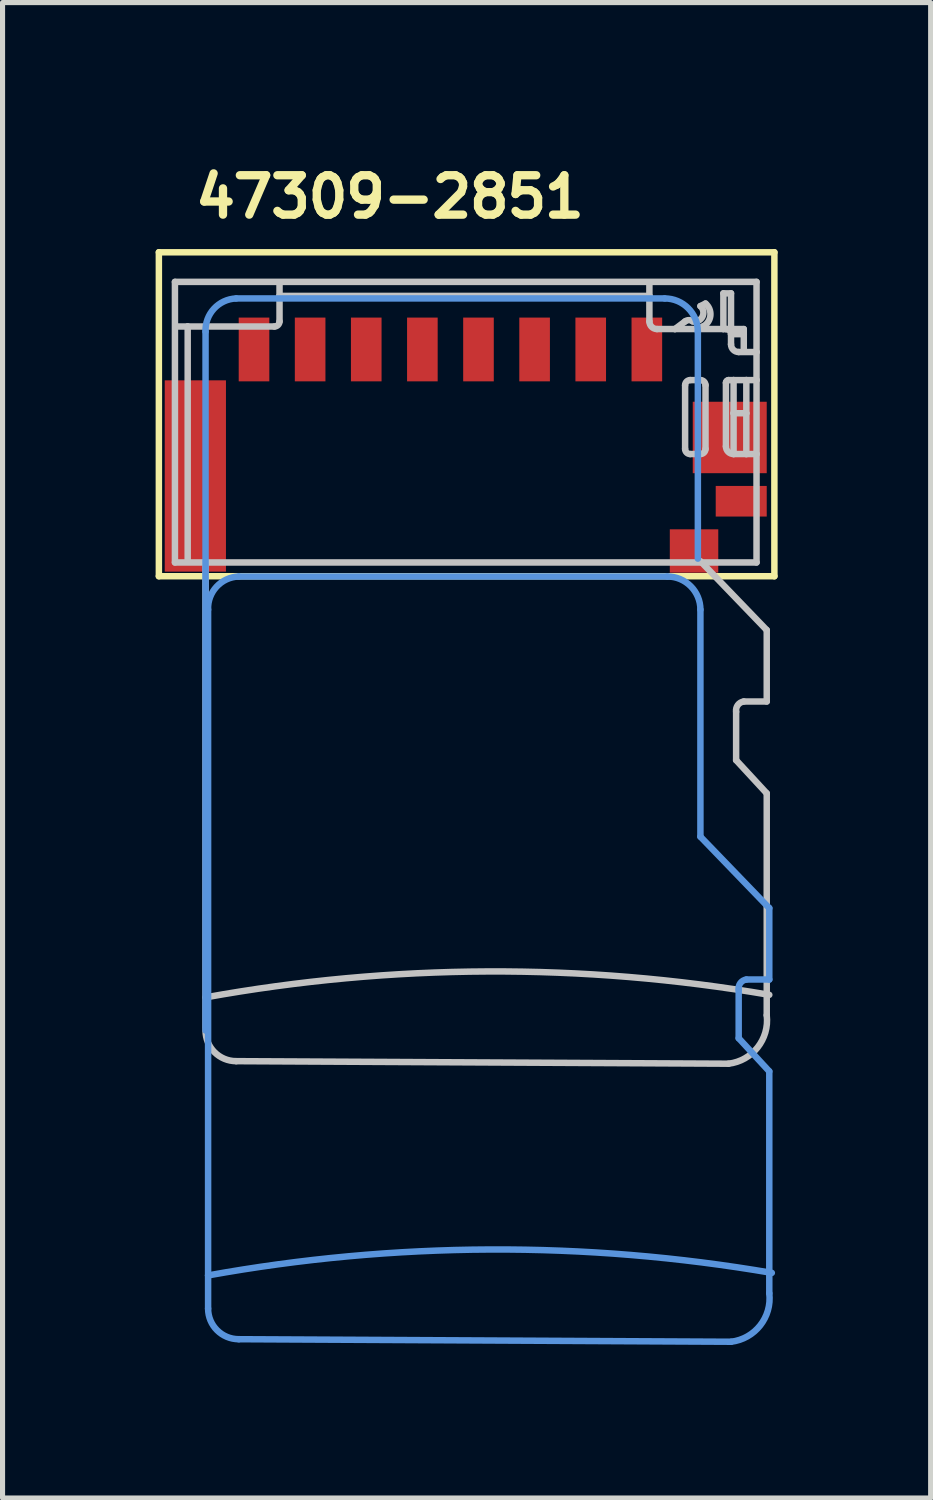
<source format=kicad_pcb>
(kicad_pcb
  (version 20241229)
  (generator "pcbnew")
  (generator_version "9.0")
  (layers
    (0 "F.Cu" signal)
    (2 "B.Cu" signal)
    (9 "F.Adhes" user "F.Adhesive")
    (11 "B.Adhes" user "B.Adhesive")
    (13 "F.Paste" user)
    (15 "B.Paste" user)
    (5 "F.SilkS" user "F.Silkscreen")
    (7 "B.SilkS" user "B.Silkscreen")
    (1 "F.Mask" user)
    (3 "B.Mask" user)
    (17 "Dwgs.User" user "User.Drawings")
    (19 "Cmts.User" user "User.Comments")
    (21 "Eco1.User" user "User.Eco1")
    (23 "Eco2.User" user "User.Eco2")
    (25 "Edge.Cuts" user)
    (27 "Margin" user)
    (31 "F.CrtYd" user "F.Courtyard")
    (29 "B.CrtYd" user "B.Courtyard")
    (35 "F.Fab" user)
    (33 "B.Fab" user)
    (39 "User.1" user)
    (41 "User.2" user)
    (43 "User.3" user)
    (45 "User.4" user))
  (footprint "47309-2851"
    (layer "F.Cu")
    (at 5.779 3.8)
    (property "Reference" "47309-2851" (at -5.08 -2.54 0) (layer "F.SilkS") (effects (font (size 0.772 0.772) (thickness 0.163)) (justify left bottom)))
    (attr through_hole)
    (fp_line (start -5.715 -1.905) (end 6.35 -1.905) (stroke (width 0.127) (type solid)) (layer "F.SilkS"))
    (fp_line (start -5.715 4.445) (end -5.715 -1.905) (stroke (width 0.127) (type solid)) (layer "F.SilkS"))
    (fp_line (start 6.35 -1.905) (end 6.35 4.445) (stroke (width 0.127) (type solid)) (layer "F.SilkS"))
    (fp_line (start 6.35 4.445) (end -5.715 4.445) (stroke (width 0.127) (type solid)) (layer "F.SilkS"))
    (fp_line (start -5.4 -1.325) (end 6 -1.325) (stroke (width 0.127) (type solid)) (layer "Dwgs.User"))
    (fp_line (start -5.4 4.175) (end -5.4 -1.325) (stroke (width 0.127) (type solid)) (layer "Dwgs.User"))
    (fp_line (start -5.15 -0.45) (end -5.35 -0.45) (stroke (width 0.127) (type solid)) (layer "Dwgs.User"))
    (fp_line (start -5.15 -0.45) (end -5.15 4.15) (stroke (width 0.127) (type solid)) (layer "Dwgs.User"))
    (fp_line (start -4.8 13.3) (end -4.8 4.15) (stroke (width 0.127) (type solid)) (layer "Dwgs.User"))
    (fp_line (start -4.2 13.95) (end 5.45 14) (stroke (width 0.127) (type solid)) (layer "Dwgs.User"))
    (fp_line (start -3.45 -0.45) (end -5.15 -0.45) (stroke (width 0.127) (type solid)) (layer "Dwgs.User"))
    (fp_line (start -3.35 -1.3) (end -3.35 -1.05) (stroke (width 0.127) (type solid)) (layer "Dwgs.User"))
    (fp_line (start -3.35 -1.05) (end -3.35 -0.55) (stroke (width 0.127) (type solid)) (layer "Dwgs.User"))
    (fp_line (start 3.9 -1.3) (end 3.9 -1.05) (stroke (width 0.127) (type solid)) (layer "Dwgs.User"))
    (fp_line (start 3.9 -1.05) (end -3.35 -1.05) (stroke (width 0.127) (type solid)) (layer "Dwgs.User"))
    (fp_line (start 3.9 -1.05) (end 3.9 -0.55) (stroke (width 0.127) (type solid)) (layer "Dwgs.User"))
    (fp_line (start 4.05 -0.4) (end 4.4 -0.4) (stroke (width 0.127) (type solid)) (layer "Dwgs.User"))
    (fp_line (start 4.4 -0.4) (end 4.6 -0.55) (stroke (width 0.127) (type solid)) (layer "Dwgs.User"))
    (fp_line (start 4.4 -0.4) (end 4.85 -0.4) (stroke (width 0.127) (type solid)) (layer "Dwgs.User"))
    (fp_line (start 4.6 0.7) (end 4.6 1.95) (stroke (width 0.127) (type solid)) (layer "Dwgs.User"))
    (fp_line (start 4.7 2.05) (end 4.9 2.05) (stroke (width 0.127) (type solid)) (layer "Dwgs.User"))
    (fp_line (start 4.85 -0.4) (end 4.95 -0.45) (stroke (width 0.127) (type solid)) (layer "Dwgs.User"))
    (fp_line (start 4.85 -0.4) (end 5.35 -0.4) (stroke (width 0.127) (type solid)) (layer "Dwgs.User"))
    (fp_line (start 4.9 -0.85) (end 5 -0.9) (stroke (width 0.127) (type solid)) (layer "Dwgs.User"))
    (fp_line (start 4.9 0.6) (end 4.7 0.6) (stroke (width 0.127) (type solid)) (layer "Dwgs.User"))
    (fp_line (start 5 1.95) (end 5 0.7) (stroke (width 0.127) (type solid)) (layer "Dwgs.User"))
    (fp_line (start 5.35 -1.1) (end 5.5 -1.1) (stroke (width 0.127) (type solid)) (layer "Dwgs.User"))
    (fp_line (start 5.35 -0.4) (end 5.35 -1.1) (stroke (width 0.127) (type solid)) (layer "Dwgs.User"))
    (fp_line (start 5.35 -0.4) (end 5.4 -0.4) (stroke (width 0.127) (type solid)) (layer "Dwgs.User"))
    (fp_line (start 5.4 -0.4) (end 5.75 -0.4) (stroke (width 0.127) (type solid)) (layer "Dwgs.User"))
    (fp_line (start 5.4 0.65) (end 5.4 1.9) (stroke (width 0.127) (type solid)) (layer "Dwgs.User"))
    (fp_line (start 5.5 -1.1) (end 5.5 -0.45) (stroke (width 0.127) (type solid)) (layer "Dwgs.User"))
    (fp_line (start 5.5 -0.3) (end 5.5 -0.1) (stroke (width 0.127) (type solid)) (layer "Dwgs.User"))
    (fp_line (start 5.55 0.6) (end 5.45 0.6) (stroke (width 0.127) (type solid)) (layer "Dwgs.User"))
    (fp_line (start 5.55 0.6) (end 5.55 1.25) (stroke (width 0.127) (type solid)) (layer "Dwgs.User"))
    (fp_line (start 5.55 1.25) (end 5.55 2.05) (stroke (width 0.127) (type solid)) (layer "Dwgs.User"))
    (fp_line (start 5.55 2.05) (end 5.8 2.05) (stroke (width 0.127) (type solid)) (layer "Dwgs.User"))
    (fp_line (start 5.6 8.05) (end 5.6 7.1) (stroke (width 0.127) (type solid)) (layer "Dwgs.User"))
    (fp_line (start 5.65 0.05) (end 6 0.05) (stroke (width 0.127) (type solid)) (layer "Dwgs.User"))
    (fp_line (start 5.75 -0.4) (end 5.75 -0.3) (stroke (width 0.127) (type solid)) (layer "Dwgs.User"))
    (fp_line (start 5.75 -0.3) (end 5.5 -0.3) (stroke (width 0.127) (type solid)) (layer "Dwgs.User"))
    (fp_line (start 5.75 -0.3) (end 5.75 0) (stroke (width 0.127) (type solid)) (layer "Dwgs.User"))
    (fp_line (start 5.8 0.6) (end 5.55 0.6) (stroke (width 0.127) (type solid)) (layer "Dwgs.User"))
    (fp_line (start 5.8 0.6) (end 5.8 1.25) (stroke (width 0.127) (type solid)) (layer "Dwgs.User"))
    (fp_line (start 5.8 1.25) (end 5.55 1.25) (stroke (width 0.127) (type solid)) (layer "Dwgs.User"))
    (fp_line (start 5.8 1.25) (end 5.8 2.05) (stroke (width 0.127) (type solid)) (layer "Dwgs.User"))
    (fp_line (start 5.8 2.05) (end 6 2.05) (stroke (width 0.127) (type solid)) (layer "Dwgs.User"))
    (fp_line (start 6 -1.325) (end 6 0.05) (stroke (width 0.127) (type solid)) (layer "Dwgs.User"))
    (fp_line (start 6 0.05) (end 6 0.6) (stroke (width 0.127) (type solid)) (layer "Dwgs.User"))
    (fp_line (start 6 0.6) (end 5.8 0.6) (stroke (width 0.127) (type solid)) (layer "Dwgs.User"))
    (fp_line (start 6 0.6) (end 6 2.05) (stroke (width 0.127) (type solid)) (layer "Dwgs.User"))
    (fp_line (start 6 2.05) (end 6 4.175) (stroke (width 0.127) (type solid)) (layer "Dwgs.User"))
    (fp_line (start 6 4.175) (end -5.4 4.175) (stroke (width 0.127) (type solid)) (layer "Dwgs.User"))
    (fp_line (start 6.2 5.5) (end 4.9 4.15) (stroke (width 0.127) (type solid)) (layer "Dwgs.User"))
    (fp_line (start 6.2 6.9) (end 5.75 6.9) (stroke (width 0.127) (type solid)) (layer "Dwgs.User"))
    (fp_line (start 6.2 6.9) (end 6.2 5.5) (stroke (width 0.127) (type solid)) (layer "Dwgs.User"))
    (fp_line (start 6.2 8.7) (end 5.6 8.05) (stroke (width 0.127) (type solid)) (layer "Dwgs.User"))
    (fp_line (start 6.2 13.05) (end 6.2 8.7) (stroke (width 0.127) (type solid)) (layer "Dwgs.User"))
    (fp_arc (start -4.8 12.7) (mid 0.722813 12.191625) (end 6.25 12.65) (stroke (width 0.127) (type solid)) (layer "Dwgs.User"))
    (fp_arc (start -4.2 13.95) (mid -4.624264 13.774264) (end -4.8 13.35) (stroke (width 0.127) (type solid)) (layer "Dwgs.User"))
    (fp_arc (start -3.35 -0.55) (mid -3.379289 -0.479289) (end -3.45 -0.45) (stroke (width 0.127) (type solid)) (layer "Dwgs.User"))
    (fp_arc (start 4.05 -0.4) (mid 3.943934 -0.443934) (end 3.9 -0.55) (stroke (width 0.127) (type solid)) (layer "Dwgs.User"))
    (fp_arc (start 4.6 -0.55) (mid 4.675001 -0.575) (end 4.750001 -0.549999) (stroke (width 0.127) (type solid)) (layer "Dwgs.User"))
    (fp_arc (start 4.6 0.7) (mid 4.629289 0.629289) (end 4.7 0.6) (stroke (width 0.127) (type solid)) (layer "Dwgs.User"))
    (fp_arc (start 4.7 2.05) (mid 4.629289 2.020711) (end 4.6 1.95) (stroke (width 0.127) (type solid)) (layer "Dwgs.User"))
    (fp_arc (start 4.899999 -0.85) (mid 4.940099 -0.642451) (end 4.75 -0.55) (stroke (width 0.127) (type solid)) (layer "Dwgs.User"))
    (fp_arc (start 4.9 0.6) (mid 4.970711 0.629289) (end 5 0.7) (stroke (width 0.127) (type solid)) (layer "Dwgs.User"))
    (fp_arc (start 4.999998 -0.9) (mid 5.095415 -0.661621) (end 4.95 -0.45) (stroke (width 0.127) (type solid)) (layer "Dwgs.User"))
    (fp_arc (start 5 1.95) (mid 4.970711 2.020711) (end 4.9 2.05) (stroke (width 0.127) (type solid)) (layer "Dwgs.User"))
    (fp_arc (start 5.4 -0.4) (mid 5.470711 -0.370711) (end 5.5 -0.3) (stroke (width 0.127) (type solid)) (layer "Dwgs.User"))
    (fp_arc (start 5.4 0.65) (mid 5.414645 0.614645) (end 5.45 0.6) (stroke (width 0.127) (type solid)) (layer "Dwgs.User"))
    (fp_arc (start 5.55 2.05) (mid 5.443934 2.006066) (end 5.4 1.9) (stroke (width 0.127) (type solid)) (layer "Dwgs.User"))
    (fp_arc (start 5.6 7.1) (mid 5.633579 6.968934) (end 5.75 6.9) (stroke (width 0.127) (type solid)) (layer "Dwgs.User"))
    (fp_arc (start 5.65 0.05) (mid 5.543934 0.006066) (end 5.5 -0.1) (stroke (width 0.127) (type solid)) (layer "Dwgs.User"))
    (fp_arc (start 6.2 13.05) (mid 6.021751 13.68033) (end 5.45 14) (stroke (width 0.127) (type solid)) (layer "Dwgs.User"))
    (fp_line (start -4.8 -0.35) (end -4.8 13.35) (stroke (width 0.127) (type solid)) (layer "Cmts.User"))
    (fp_line (start -4.75 5.1) (end -4.75 18.15) (stroke (width 0.127) (type solid)) (layer "Cmts.User"))
    (fp_line (start -4.75 18.15) (end -4.75 18.8) (stroke (width 0.127) (type solid)) (layer "Cmts.User"))
    (fp_line (start -4.15 19.4) (end 5.5 19.45) (stroke (width 0.127) (type solid)) (layer "Cmts.User"))
    (fp_line (start 4.2 -1) (end -4.2 -1) (stroke (width 0.127) (type solid)) (layer "Cmts.User"))
    (fp_line (start 4.25 4.45) (end -4.15 4.45) (stroke (width 0.127) (type solid)) (layer "Cmts.User"))
    (fp_line (start 4.85 4.1) (end 4.85 -0.35) (stroke (width 0.127) (type solid)) (layer "Cmts.User"))
    (fp_line (start 4.9 9.55) (end 4.9 5.1) (stroke (width 0.127) (type solid)) (layer "Cmts.User"))
    (fp_line (start 5.65 13.5) (end 5.65 12.55) (stroke (width 0.127) (type solid)) (layer "Cmts.User"))
    (fp_line (start 6.25 10.95) (end 4.9 9.55) (stroke (width 0.127) (type solid)) (layer "Cmts.User"))
    (fp_line (start 6.25 12.35) (end 5.8 12.35) (stroke (width 0.127) (type solid)) (layer "Cmts.User"))
    (fp_line (start 6.25 12.35) (end 6.25 10.95) (stroke (width 0.127) (type solid)) (layer "Cmts.User"))
    (fp_line (start 6.25 14.15) (end 5.65 13.5) (stroke (width 0.127) (type solid)) (layer "Cmts.User"))
    (fp_line (start 6.25 18.5) (end 6.25 14.15) (stroke (width 0.127) (type solid)) (layer "Cmts.User"))
    (fp_arc (start -4.800001 -0.349999) (mid -4.63462 -0.799264) (end -4.2 -1) (stroke (width 0.127) (type solid)) (layer "Cmts.User"))
    (fp_arc (start -4.75 5.1) (mid -4.584619 4.650736) (end -4.15 4.45) (stroke (width 0.127) (type solid)) (layer "Cmts.User"))
    (fp_arc (start -4.75 18.15) (mid 0.772813 17.641625) (end 6.3 18.1) (stroke (width 0.127) (type solid)) (layer "Cmts.User"))
    (fp_arc (start -4.15 19.4) (mid -4.574264 19.224264) (end -4.75 18.8) (stroke (width 0.127) (type solid)) (layer "Cmts.User"))
    (fp_arc (start 4.199999 -0.999999) (mid 4.659619 -0.809619) (end 4.85 -0.35) (stroke (width 0.127) (type solid)) (layer "Cmts.User"))
    (fp_arc (start 4.25 4.45) (mid 4.709619 4.640381) (end 4.9 5.1) (stroke (width 0.127) (type solid)) (layer "Cmts.User"))
    (fp_arc (start 5.65 12.55) (mid 5.683579 12.418934) (end 5.8 12.35) (stroke (width 0.127) (type solid)) (layer "Cmts.User"))
    (fp_arc (start 6.25 18.5) (mid 6.071751 19.13033) (end 5.5 19.45) (stroke (width 0.127) (type solid)) (layer "Cmts.User"))
    (pad "G1" smd rect (at -5 2.48 90) (size 3.75 1.2) (layers "F.Cu" "F.Mask" "F.Paste"))
    (pad "G2" smd rect (at 5.475 1.725 180) (size 1.45 1.4) (layers "F.Cu" "F.Mask" "F.Paste"))
    (pad "G3" smd rect (at 5.7 2.975 180) (size 1 0.6) (layers "F.Cu" "F.Mask" "F.Paste"))
    (pad "G4" smd rect (at 4.775 3.95) (size 0.95 0.85) (layers "F.Cu" "F.Mask" "F.Paste"))
    (pad "P1" smd rect (at 3.85 0 90) (size 1.25 0.6) (layers "F.Cu" "F.Mask" "F.Paste"))
    (pad "P2" smd rect (at 2.75 0 90) (size 1.25 0.6) (layers "F.Cu" "F.Mask" "F.Paste"))
    (pad "P3" smd rect (at 1.65 0 90) (size 1.25 0.6) (layers "F.Cu" "F.Mask" "F.Paste"))
    (pad "P4" smd rect (at 0.55 0 90) (size 1.25 0.6) (layers "F.Cu" "F.Mask" "F.Paste"))
    (pad "P5" smd rect (at -0.55 0 90) (size 1.25 0.6) (layers "F.Cu" "F.Mask" "F.Paste"))
    (pad "P6" smd rect (at -1.65 0 90) (size 1.25 0.6) (layers "F.Cu" "F.Mask" "F.Paste"))
    (pad "P7" smd rect (at -2.75 0 90) (size 1.25 0.6) (layers "F.Cu" "F.Mask" "F.Paste"))
    (pad "P8" smd rect (at -3.85 0 90) (size 1.25 0.6) (layers "F.Cu" "F.Mask" "F.Paste")))
  (gr_rect
    (start -3 -3)
    (end 15.192 26.313)
    (stroke (width 0.1) (type default))
    (fill no)
    (layer "Edge.Cuts")))
</source>
